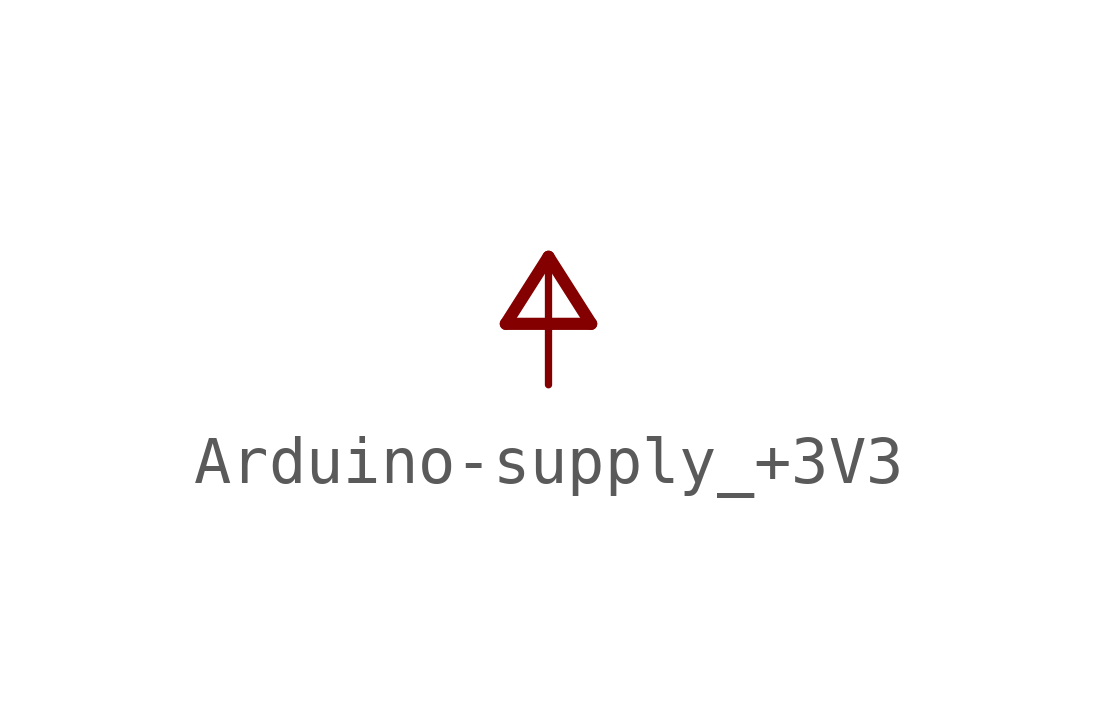
<source format=kicad_sym>
(kicad_symbol_lib
  (version 20241209)
  (generator "kicad_symbol_editor")
  (generator_version "9.0")
  (symbol "Arduino-supply_+3V3"
    (power)
    (property "Reference" "#+3V3"
      (at 0 0 0)
      (effects (font (size 1.27 1.27)) (hide yes)))
    (property "Value" ""
      (at 0 0.508 0)
      (effects (font (size 1.778 1.511)) (justify bottom)))
    (property "ki_locked" ""
      (at 0 0 0)
      (effects (font (size 1.27 1.27))))
    (symbol "Arduino-supply_+3V3_1_0"
      (polyline (pts (xy -0.889 -1.27) (xy 0.889 -1.27)) (stroke (width 0.254) (type solid)) (fill (type none)))
      (polyline (pts (xy 0 0.127) (xy -0.889 -1.27)) (stroke (width 0.254) (type solid)) (fill (type none)))
      (polyline (pts (xy 0.889 -1.27) (xy 0 0.127)) (stroke (width 0.254) (type solid)) (fill (type none)))
      (pin power_in line (at 0 -2.54 90) (length 2.54) (name "+3V3" (effects (font (size 0 0)))) (number "1" (effects (font (size 0 0))))))))
</source>
